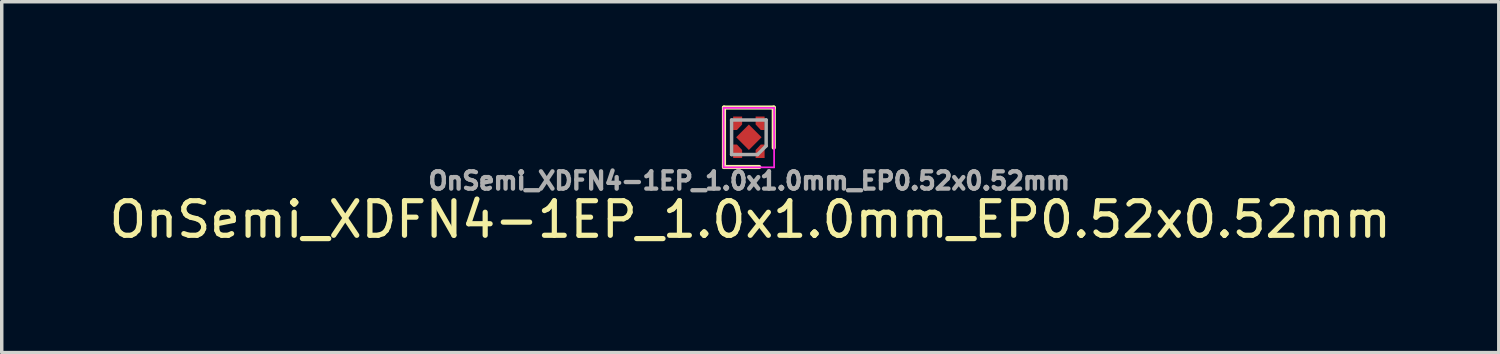
<source format=kicad_pcb>
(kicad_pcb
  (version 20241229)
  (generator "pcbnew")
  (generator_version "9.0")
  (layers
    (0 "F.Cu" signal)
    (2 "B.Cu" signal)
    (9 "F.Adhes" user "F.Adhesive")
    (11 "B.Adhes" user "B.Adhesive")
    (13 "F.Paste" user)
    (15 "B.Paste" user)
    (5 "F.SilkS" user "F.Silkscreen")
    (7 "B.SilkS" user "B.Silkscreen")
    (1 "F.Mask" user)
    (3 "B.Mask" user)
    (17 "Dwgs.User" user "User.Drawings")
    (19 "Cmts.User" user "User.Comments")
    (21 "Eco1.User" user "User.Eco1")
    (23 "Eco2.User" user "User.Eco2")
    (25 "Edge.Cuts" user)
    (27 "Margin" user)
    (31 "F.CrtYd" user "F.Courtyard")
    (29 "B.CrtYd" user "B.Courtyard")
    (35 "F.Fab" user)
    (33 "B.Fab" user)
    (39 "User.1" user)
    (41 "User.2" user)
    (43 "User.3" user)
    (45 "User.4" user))
  (footprint "OnSemi_XDFN4-1EP_1.0x1.0mm_EP0.52x0.52mm"
    (layer "F.Cu")
    (at 18.609 0.92)
    (property "Reference" "OnSemi_XDFN4-1EP_1.0x1.0mm_EP0.52x0.52mm" (at 0.04 2.38 0) (layer "F.SilkS") (effects (font (size 1 1) (thickness 0.15))))
    (attr smd)
    (fp_line (start -0.72 -0.86) (end -0.72 0.86) (stroke (width 0.12) (type solid)) (layer "F.SilkS"))
    (fp_line (start -0.72 0.86) (end 0.3 0.86) (stroke (width 0.12) (type solid)) (layer "F.SilkS"))
    (fp_line (start 0.72 -0.86) (end -0.72 -0.86) (stroke (width 0.12) (type solid)) (layer "F.SilkS"))
    (fp_line (start 0.72 0.3) (end 0.72 -0.86) (stroke (width 0.12) (type solid)) (layer "F.SilkS"))
    (fp_line (start -0.73 -0.85) (end 0.73 -0.85) (stroke (width 0.05) (type solid)) (layer "F.CrtYd"))
    (fp_line (start -0.73 0.87) (end -0.73 -0.85) (stroke (width 0.05) (type solid)) (layer "F.CrtYd"))
    (fp_line (start 0.73 -0.85) (end 0.73 0.87) (stroke (width 0.05) (type solid)) (layer "F.CrtYd"))
    (fp_line (start 0.73 0.87) (end -0.73 0.87) (stroke (width 0.05) (type solid)) (layer "F.CrtYd"))
    (fp_line (start -0.5 -0.5) (end 0.5 -0.5) (stroke (width 0.1) (type solid)) (layer "F.Fab"))
    (fp_line (start -0.5 0.5) (end -0.5 -0.5) (stroke (width 0.1) (type solid)) (layer "F.Fab"))
    (fp_line (start 0.25 0.5) (end -0.5 0.5) (stroke (width 0.1) (type solid)) (layer "F.Fab"))
    (fp_line (start 0.5 -0.5) (end 0.5 0.25) (stroke (width 0.1) (type solid)) (layer "F.Fab"))
    (fp_line (start 0.5 0.25) (end 0.25 0.5) (stroke (width 0.1) (type solid)) (layer "F.Fab"))
    (fp_text user "${REFERENCE}" (at 0.01 1.26 0) (layer "F.Fab") (effects (font (size 0.5 0.5) (thickness 0.125))))
    (pad "1" smd custom (at -0.325 0.485) (size 0.26 0.23) (layers "F.Cu" "F.Mask" "F.Paste") (options (anchor rect)) (primitives (gr_poly (pts (xy 0.13 -0.115) (xy -0.13 -0.115) (xy -0.13 -0.275) (xy -0.02 -0.275)) (width 0) (fill yes))))
    (pad "2" smd custom (at 0.325 0.485) (size 0.26 0.23) (layers "F.Cu" "F.Mask" "F.Paste") (options (anchor rect)) (primitives (gr_poly (pts (xy 0.13 -0.115) (xy -0.13 -0.115) (xy 0.02 -0.275) (xy 0.13 -0.275)) (width 0) (fill yes))))
    (pad "3" smd custom (at 0.325 -0.485 180) (size 0.26 0.23) (layers "F.Cu" "F.Mask" "F.Paste") (options (anchor rect)) (primitives (gr_poly (pts (xy 0.13 -0.115) (xy -0.13 -0.115) (xy -0.13 -0.275) (xy -0.02 -0.275)) (width 0) (fill yes))))
    (pad "4" smd custom (at -0.325 -0.485 180) (size 0.26 0.23) (layers "F.Cu" "F.Mask" "F.Paste") (options (anchor rect)) (primitives (gr_poly (pts (xy 0.13 -0.115) (xy -0.13 -0.115) (xy 0.02 -0.275) (xy 0.13 -0.275)) (width 0) (fill yes))))
    (pad "5" smd rect (at 0 0 225) (size 0.52 0.52) (layers "F.Cu" "F.Mask" "F.Paste")))
  (gr_rect
    (start -3 -3)
    (end 40.298 7.148)
    (stroke (width 0.1) (type default))
    (fill no)
    (layer "Edge.Cuts")))
</source>
